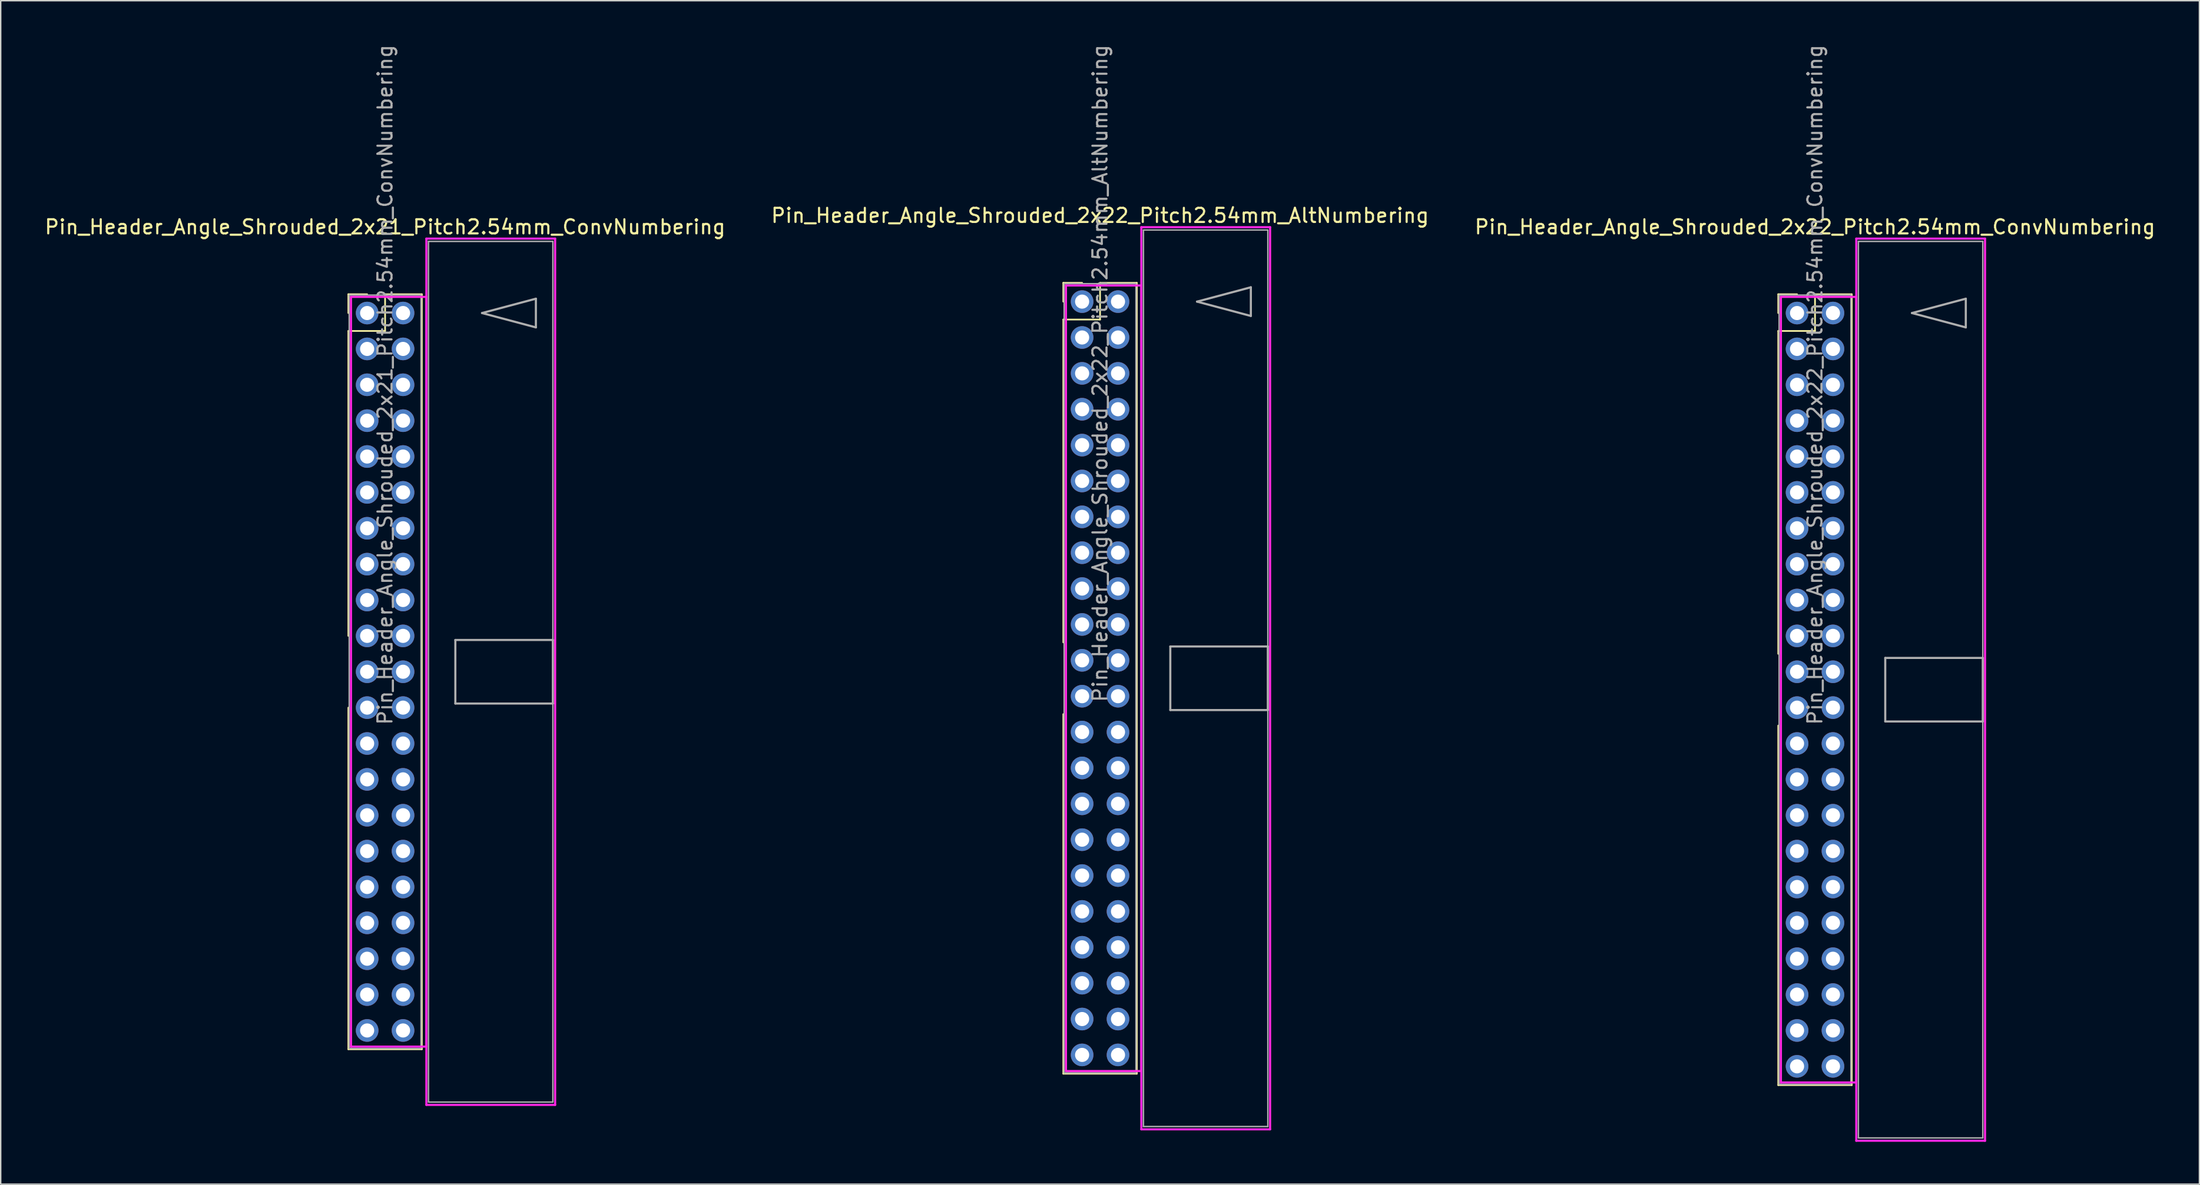
<source format=kicad_pcb>
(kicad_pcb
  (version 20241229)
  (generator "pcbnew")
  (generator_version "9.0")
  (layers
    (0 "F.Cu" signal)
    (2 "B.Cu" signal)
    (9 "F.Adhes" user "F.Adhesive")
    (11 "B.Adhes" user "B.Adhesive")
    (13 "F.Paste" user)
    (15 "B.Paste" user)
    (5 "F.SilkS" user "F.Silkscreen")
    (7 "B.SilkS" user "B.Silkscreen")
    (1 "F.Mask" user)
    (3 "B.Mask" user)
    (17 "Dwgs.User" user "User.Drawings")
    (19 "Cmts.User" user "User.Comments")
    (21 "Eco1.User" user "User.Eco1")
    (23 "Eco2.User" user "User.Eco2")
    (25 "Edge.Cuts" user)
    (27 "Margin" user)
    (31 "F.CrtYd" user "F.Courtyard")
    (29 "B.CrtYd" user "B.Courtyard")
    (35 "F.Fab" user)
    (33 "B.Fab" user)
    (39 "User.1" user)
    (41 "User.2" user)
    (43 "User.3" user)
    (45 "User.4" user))
  (footprint "Pin_Header_Angle_Shrouded_2x21_Pitch2.54mm_ConvNumbering"
    (layer "F.Cu")
    (at 22.926 19.116)
    (property "Reference" "Pin_Header_Angle_Shrouded_2x21_Pitch2.54mm_ConvNumbering" (at 1.27 -6.096 0) (layer "F.SilkS") (effects (font (size 1 1) (thickness 0.15))))
    (attr through_hole)
    (fp_line (start -1.33 -1.33) (end 0 -1.33) (stroke (width 0.12) (type solid)) (layer "F.SilkS"))
    (fp_line (start -1.33 0) (end -1.33 -1.33) (stroke (width 0.12) (type solid)) (layer "F.SilkS"))
    (fp_line (start -1.33 1.27) (end -1.33 22.86) (stroke (width 0.12) (type solid)) (layer "F.SilkS"))
    (fp_line (start -1.33 1.27) (end 1.27 1.27) (stroke (width 0.12) (type solid)) (layer "F.SilkS"))
    (fp_line (start -1.33 27.94) (end -1.33 52.13) (stroke (width 0.12) (type solid)) (layer "F.SilkS"))
    (fp_line (start -1.33 52.13) (end 3.87 52.13) (stroke (width 0.12) (type solid)) (layer "F.SilkS"))
    (fp_line (start 1.27 -1.33) (end 3.87 -1.33) (stroke (width 0.12) (type solid)) (layer "F.SilkS"))
    (fp_line (start 1.27 1.27) (end 1.27 -1.33) (stroke (width 0.12) (type solid)) (layer "F.SilkS"))
    (fp_line (start 3.87 -1.33) (end 3.87 52.13) (stroke (width 0.12) (type solid)) (layer "F.SilkS"))
    (fp_line (start -1.143 -1.143) (end -1.143 51.943) (stroke (width 0.15) (type solid)) (layer "F.CrtYd"))
    (fp_line (start -1.143 51.943) (end 4.19 51.943) (stroke (width 0.15) (type solid)) (layer "F.CrtYd"))
    (fp_line (start 4.19 -5.27) (end 4.19 56.07) (stroke (width 0.15) (type solid)) (layer "F.CrtYd"))
    (fp_line (start 4.19 -1.143) (end -1.143 -1.143) (stroke (width 0.15) (type solid)) (layer "F.CrtYd"))
    (fp_line (start 4.19 51.943) (end 4.19 -1.143) (stroke (width 0.15) (type solid)) (layer "F.CrtYd"))
    (fp_line (start 4.19 56.07) (end 13.3 56.07) (stroke (width 0.15) (type solid)) (layer "F.CrtYd"))
    (fp_line (start 13.3 -5.27) (end 4.19 -5.27) (stroke (width 0.15) (type solid)) (layer "F.CrtYd"))
    (fp_line (start 13.3 56.07) (end 13.3 -5.27) (stroke (width 0.15) (type solid)) (layer "F.CrtYd"))
    (fp_line (start -1.27 -1.27) (end -1.27 52.07) (stroke (width 0.1) (type solid)) (layer "F.Fab"))
    (fp_line (start -1.27 52.07) (end 3.81 52.07) (stroke (width 0.1) (type solid)) (layer "F.Fab"))
    (fp_line (start 3.81 -1.27) (end -1.27 -1.27) (stroke (width 0.1) (type solid)) (layer "F.Fab"))
    (fp_line (start 3.81 52.07) (end 3.81 -1.27) (stroke (width 0.1) (type solid)) (layer "F.Fab"))
    (fp_line (start 4.34 -5.07) (end 4.34 55.87) (stroke (width 0.1) (type solid)) (layer "F.Fab"))
    (fp_line (start 4.34 55.87) (end 13.14 55.87) (stroke (width 0.1) (type solid)) (layer "F.Fab"))
    (fp_line (start 6.24 23.15) (end 6.24 27.65) (stroke (width 0.15) (type solid)) (layer "F.Fab"))
    (fp_line (start 6.24 27.65) (end 13.14 27.65) (stroke (width 0.15) (type solid)) (layer "F.Fab"))
    (fp_line (start 8.128 0) (end 11.938 -1.016) (stroke (width 0.15) (type solid)) (layer "F.Fab"))
    (fp_line (start 11.938 -1.016) (end 11.938 1.016) (stroke (width 0.15) (type solid)) (layer "F.Fab"))
    (fp_line (start 11.938 1.016) (end 8.128 0) (stroke (width 0.15) (type solid)) (layer "F.Fab"))
    (fp_line (start 13.14 -5.07) (end 4.34 -5.07) (stroke (width 0.1) (type solid)) (layer "F.Fab"))
    (fp_line (start 13.14 23.15) (end 6.24 23.15) (stroke (width 0.15) (type solid)) (layer "F.Fab"))
    (fp_line (start 13.14 27.65) (end 13.14 23.15) (stroke (width 0.15) (type solid)) (layer "F.Fab"))
    (fp_line (start 13.14 55.87) (end 13.14 -5.07) (stroke (width 0.1) (type solid)) (layer "F.Fab"))
    (fp_text user "${REFERENCE}" (at 1.27 5.08 90) (layer "F.Fab") (effects (font (size 1 1) (thickness 0.15))))
    (pad "1" thru_hole oval (at 0 0) (size 1.6 1.6) (drill 1) (layers "*.Cu" "*.Mask"))
    (pad "2" thru_hole oval (at 2.54 0) (size 1.6 1.6) (drill 1) (layers "*.Cu" "*.Mask"))
    (pad "3" thru_hole oval (at 0 2.54) (size 1.6 1.6) (drill 1) (layers "*.Cu" "*.Mask"))
    (pad "4" thru_hole oval (at 2.54 2.54) (size 1.6 1.6) (drill 1) (layers "*.Cu" "*.Mask"))
    (pad "5" thru_hole oval (at 0 5.08) (size 1.6 1.6) (drill 1) (layers "*.Cu" "*.Mask"))
    (pad "6" thru_hole oval (at 2.54 5.08) (size 1.6 1.6) (drill 1) (layers "*.Cu" "*.Mask"))
    (pad "7" thru_hole oval (at 0 7.62) (size 1.6 1.6) (drill 1) (layers "*.Cu" "*.Mask"))
    (pad "8" thru_hole oval (at 2.54 7.62) (size 1.6 1.6) (drill 1) (layers "*.Cu" "*.Mask"))
    (pad "9" thru_hole oval (at 0 10.16) (size 1.6 1.6) (drill 1) (layers "*.Cu" "*.Mask"))
    (pad "10" thru_hole oval (at 2.54 10.16) (size 1.6 1.6) (drill 1) (layers "*.Cu" "*.Mask"))
    (pad "11" thru_hole oval (at 0 12.7) (size 1.6 1.6) (drill 1) (layers "*.Cu" "*.Mask"))
    (pad "12" thru_hole oval (at 2.54 12.7) (size 1.6 1.6) (drill 1) (layers "*.Cu" "*.Mask"))
    (pad "13" thru_hole oval (at 0 15.24) (size 1.6 1.6) (drill 1) (layers "*.Cu" "*.Mask"))
    (pad "14" thru_hole oval (at 2.54 15.24) (size 1.6 1.6) (drill 1) (layers "*.Cu" "*.Mask"))
    (pad "15" thru_hole oval (at 0 17.78) (size 1.6 1.6) (drill 1) (layers "*.Cu" "*.Mask"))
    (pad "16" thru_hole oval (at 2.54 17.78) (size 1.6 1.6) (drill 1) (layers "*.Cu" "*.Mask"))
    (pad "17" thru_hole oval (at 0 20.32) (size 1.6 1.6) (drill 1) (layers "*.Cu" "*.Mask"))
    (pad "18" thru_hole oval (at 2.54 20.32) (size 1.6 1.6) (drill 1) (layers "*.Cu" "*.Mask"))
    (pad "19" thru_hole oval (at 0 22.86) (size 1.6 1.6) (drill 1) (layers "*.Cu" "*.Mask"))
    (pad "20" thru_hole oval (at 2.54 22.86) (size 1.6 1.6) (drill 1) (layers "*.Cu" "*.Mask"))
    (pad "21" thru_hole oval (at 0 25.4) (size 1.6 1.6) (drill 1) (layers "*.Cu" "*.Mask"))
    (pad "22" thru_hole oval (at 2.54 25.4) (size 1.6 1.6) (drill 1) (layers "*.Cu" "*.Mask"))
    (pad "23" thru_hole oval (at 0 27.94) (size 1.6 1.6) (drill 1) (layers "*.Cu" "*.Mask"))
    (pad "24" thru_hole oval (at 2.54 27.94) (size 1.6 1.6) (drill 1) (layers "*.Cu" "*.Mask"))
    (pad "25" thru_hole oval (at 0 30.48) (size 1.6 1.6) (drill 1) (layers "*.Cu" "*.Mask"))
    (pad "26" thru_hole oval (at 2.54 30.48) (size 1.6 1.6) (drill 1) (layers "*.Cu" "*.Mask"))
    (pad "27" thru_hole oval (at 0 33.02) (size 1.6 1.6) (drill 1) (layers "*.Cu" "*.Mask"))
    (pad "28" thru_hole oval (at 2.54 33.02) (size 1.6 1.6) (drill 1) (layers "*.Cu" "*.Mask"))
    (pad "29" thru_hole oval (at 0 35.56) (size 1.6 1.6) (drill 1) (layers "*.Cu" "*.Mask"))
    (pad "30" thru_hole oval (at 2.54 35.56) (size 1.6 1.6) (drill 1) (layers "*.Cu" "*.Mask"))
    (pad "31" thru_hole oval (at 0 38.1) (size 1.6 1.6) (drill 1) (layers "*.Cu" "*.Mask"))
    (pad "32" thru_hole oval (at 2.54 38.1) (size 1.6 1.6) (drill 1) (layers "*.Cu" "*.Mask"))
    (pad "33" thru_hole oval (at 0 40.64) (size 1.6 1.6) (drill 1) (layers "*.Cu" "*.Mask"))
    (pad "34" thru_hole oval (at 2.54 40.64) (size 1.6 1.6) (drill 1) (layers "*.Cu" "*.Mask"))
    (pad "35" thru_hole oval (at 0 43.18) (size 1.6 1.6) (drill 1) (layers "*.Cu" "*.Mask"))
    (pad "36" thru_hole oval (at 2.54 43.18) (size 1.6 1.6) (drill 1) (layers "*.Cu" "*.Mask"))
    (pad "37" thru_hole oval (at 0 45.72) (size 1.6 1.6) (drill 1) (layers "*.Cu" "*.Mask"))
    (pad "38" thru_hole oval (at 2.54 45.72) (size 1.6 1.6) (drill 1) (layers "*.Cu" "*.Mask"))
    (pad "39" thru_hole oval (at 0 48.26) (size 1.6 1.6) (drill 1) (layers "*.Cu" "*.Mask"))
    (pad "40" thru_hole oval (at 2.54 48.26) (size 1.6 1.6) (drill 1) (layers "*.Cu" "*.Mask"))
    (pad "41" thru_hole oval (at 0 50.8) (size 1.6 1.6) (drill 1) (layers "*.Cu" "*.Mask"))
    (pad "42" thru_hole oval (at 2.54 50.8) (size 1.6 1.6) (drill 1) (layers "*.Cu" "*.Mask")))
  (footprint "Pin_Header_Angle_Shrouded_2x22_Pitch2.54mm_ConvNumbering"
    (layer "F.Cu")
    (at 124.093 19.116)
    (property "Reference" "Pin_Header_Angle_Shrouded_2x22_Pitch2.54mm_ConvNumbering" (at 1.27 -6.096 0) (layer "F.SilkS") (effects (font (size 1 1) (thickness 0.15))))
    (attr through_hole)
    (fp_line (start -1.33 -1.33) (end 0 -1.33) (stroke (width 0.12) (type solid)) (layer "F.SilkS"))
    (fp_line (start -1.33 0) (end -1.33 -1.33) (stroke (width 0.12) (type solid)) (layer "F.SilkS"))
    (fp_line (start -1.33 1.27) (end -1.33 24.13) (stroke (width 0.12) (type solid)) (layer "F.SilkS"))
    (fp_line (start -1.33 1.27) (end 1.27 1.27) (stroke (width 0.12) (type solid)) (layer "F.SilkS"))
    (fp_line (start -1.33 29.21) (end -1.33 54.67) (stroke (width 0.12) (type solid)) (layer "F.SilkS"))
    (fp_line (start -1.33 54.67) (end 3.87 54.67) (stroke (width 0.12) (type solid)) (layer "F.SilkS"))
    (fp_line (start 1.27 -1.33) (end 3.87 -1.33) (stroke (width 0.12) (type solid)) (layer "F.SilkS"))
    (fp_line (start 1.27 1.27) (end 1.27 -1.33) (stroke (width 0.12) (type solid)) (layer "F.SilkS"))
    (fp_line (start 3.87 -1.33) (end 3.87 54.67) (stroke (width 0.12) (type solid)) (layer "F.SilkS"))
    (fp_line (start -1.143 -1.143) (end -1.143 54.483) (stroke (width 0.15) (type solid)) (layer "F.CrtYd"))
    (fp_line (start -1.143 54.483) (end 4.19 54.483) (stroke (width 0.15) (type solid)) (layer "F.CrtYd"))
    (fp_line (start 4.19 -5.27) (end 4.19 58.61) (stroke (width 0.15) (type solid)) (layer "F.CrtYd"))
    (fp_line (start 4.19 -1.143) (end -1.143 -1.143) (stroke (width 0.15) (type solid)) (layer "F.CrtYd"))
    (fp_line (start 4.19 54.483) (end 4.19 -1.143) (stroke (width 0.15) (type solid)) (layer "F.CrtYd"))
    (fp_line (start 4.19 58.61) (end 13.3 58.61) (stroke (width 0.15) (type solid)) (layer "F.CrtYd"))
    (fp_line (start 13.3 -5.27) (end 4.19 -5.27) (stroke (width 0.15) (type solid)) (layer "F.CrtYd"))
    (fp_line (start 13.3 58.61) (end 13.3 -5.27) (stroke (width 0.15) (type solid)) (layer "F.CrtYd"))
    (fp_line (start -1.27 -1.27) (end -1.27 54.61) (stroke (width 0.1) (type solid)) (layer "F.Fab"))
    (fp_line (start -1.27 54.61) (end 3.81 54.61) (stroke (width 0.1) (type solid)) (layer "F.Fab"))
    (fp_line (start 3.81 -1.27) (end -1.27 -1.27) (stroke (width 0.1) (type solid)) (layer "F.Fab"))
    (fp_line (start 3.81 54.61) (end 3.81 -1.27) (stroke (width 0.1) (type solid)) (layer "F.Fab"))
    (fp_line (start 4.34 -5.07) (end 4.34 58.41) (stroke (width 0.1) (type solid)) (layer "F.Fab"))
    (fp_line (start 4.34 58.41) (end 13.14 58.41) (stroke (width 0.1) (type solid)) (layer "F.Fab"))
    (fp_line (start 6.24 24.42) (end 6.24 28.92) (stroke (width 0.15) (type solid)) (layer "F.Fab"))
    (fp_line (start 6.24 28.92) (end 13.14 28.92) (stroke (width 0.15) (type solid)) (layer "F.Fab"))
    (fp_line (start 8.128 0) (end 11.938 -1.016) (stroke (width 0.15) (type solid)) (layer "F.Fab"))
    (fp_line (start 11.938 -1.016) (end 11.938 1.016) (stroke (width 0.15) (type solid)) (layer "F.Fab"))
    (fp_line (start 11.938 1.016) (end 8.128 0) (stroke (width 0.15) (type solid)) (layer "F.Fab"))
    (fp_line (start 13.14 -5.07) (end 4.34 -5.07) (stroke (width 0.1) (type solid)) (layer "F.Fab"))
    (fp_line (start 13.14 24.42) (end 6.24 24.42) (stroke (width 0.15) (type solid)) (layer "F.Fab"))
    (fp_line (start 13.14 28.92) (end 13.14 24.42) (stroke (width 0.15) (type solid)) (layer "F.Fab"))
    (fp_line (start 13.14 58.41) (end 13.14 -5.07) (stroke (width 0.1) (type solid)) (layer "F.Fab"))
    (fp_text user "${REFERENCE}" (at 1.27 5.08 90) (layer "F.Fab") (effects (font (size 1 1) (thickness 0.15))))
    (pad "1" thru_hole oval (at 0 0) (size 1.6 1.6) (drill 1) (layers "*.Cu" "*.Mask"))
    (pad "2" thru_hole oval (at 2.54 0) (size 1.6 1.6) (drill 1) (layers "*.Cu" "*.Mask"))
    (pad "3" thru_hole oval (at 0 2.54) (size 1.6 1.6) (drill 1) (layers "*.Cu" "*.Mask"))
    (pad "4" thru_hole oval (at 2.54 2.54) (size 1.6 1.6) (drill 1) (layers "*.Cu" "*.Mask"))
    (pad "5" thru_hole oval (at 0 5.08) (size 1.6 1.6) (drill 1) (layers "*.Cu" "*.Mask"))
    (pad "6" thru_hole oval (at 2.54 5.08) (size 1.6 1.6) (drill 1) (layers "*.Cu" "*.Mask"))
    (pad "7" thru_hole oval (at 0 7.62) (size 1.6 1.6) (drill 1) (layers "*.Cu" "*.Mask"))
    (pad "8" thru_hole oval (at 2.54 7.62) (size 1.6 1.6) (drill 1) (layers "*.Cu" "*.Mask"))
    (pad "9" thru_hole oval (at 0 10.16) (size 1.6 1.6) (drill 1) (layers "*.Cu" "*.Mask"))
    (pad "10" thru_hole oval (at 2.54 10.16) (size 1.6 1.6) (drill 1) (layers "*.Cu" "*.Mask"))
    (pad "11" thru_hole oval (at 0 12.7) (size 1.6 1.6) (drill 1) (layers "*.Cu" "*.Mask"))
    (pad "12" thru_hole oval (at 2.54 12.7) (size 1.6 1.6) (drill 1) (layers "*.Cu" "*.Mask"))
    (pad "13" thru_hole oval (at 0 15.24) (size 1.6 1.6) (drill 1) (layers "*.Cu" "*.Mask"))
    (pad "14" thru_hole oval (at 2.54 15.24) (size 1.6 1.6) (drill 1) (layers "*.Cu" "*.Mask"))
    (pad "15" thru_hole oval (at 0 17.78) (size 1.6 1.6) (drill 1) (layers "*.Cu" "*.Mask"))
    (pad "16" thru_hole oval (at 2.54 17.78) (size 1.6 1.6) (drill 1) (layers "*.Cu" "*.Mask"))
    (pad "17" thru_hole oval (at 0 20.32) (size 1.6 1.6) (drill 1) (layers "*.Cu" "*.Mask"))
    (pad "18" thru_hole oval (at 2.54 20.32) (size 1.6 1.6) (drill 1) (layers "*.Cu" "*.Mask"))
    (pad "19" thru_hole oval (at 0 22.86) (size 1.6 1.6) (drill 1) (layers "*.Cu" "*.Mask"))
    (pad "20" thru_hole oval (at 2.54 22.86) (size 1.6 1.6) (drill 1) (layers "*.Cu" "*.Mask"))
    (pad "21" thru_hole oval (at 0 25.4) (size 1.6 1.6) (drill 1) (layers "*.Cu" "*.Mask"))
    (pad "22" thru_hole oval (at 2.54 25.4) (size 1.6 1.6) (drill 1) (layers "*.Cu" "*.Mask"))
    (pad "23" thru_hole oval (at 0 27.94) (size 1.6 1.6) (drill 1) (layers "*.Cu" "*.Mask"))
    (pad "24" thru_hole oval (at 2.54 27.94) (size 1.6 1.6) (drill 1) (layers "*.Cu" "*.Mask"))
    (pad "25" thru_hole oval (at 0 30.48) (size 1.6 1.6) (drill 1) (layers "*.Cu" "*.Mask"))
    (pad "26" thru_hole oval (at 2.54 30.48) (size 1.6 1.6) (drill 1) (layers "*.Cu" "*.Mask"))
    (pad "27" thru_hole oval (at 0 33.02) (size 1.6 1.6) (drill 1) (layers "*.Cu" "*.Mask"))
    (pad "28" thru_hole oval (at 2.54 33.02) (size 1.6 1.6) (drill 1) (layers "*.Cu" "*.Mask"))
    (pad "29" thru_hole oval (at 0 35.56) (size 1.6 1.6) (drill 1) (layers "*.Cu" "*.Mask"))
    (pad "30" thru_hole oval (at 2.54 35.56) (size 1.6 1.6) (drill 1) (layers "*.Cu" "*.Mask"))
    (pad "31" thru_hole oval (at 0 38.1) (size 1.6 1.6) (drill 1) (layers "*.Cu" "*.Mask"))
    (pad "32" thru_hole oval (at 2.54 38.1) (size 1.6 1.6) (drill 1) (layers "*.Cu" "*.Mask"))
    (pad "33" thru_hole oval (at 0 40.64) (size 1.6 1.6) (drill 1) (layers "*.Cu" "*.Mask"))
    (pad "34" thru_hole oval (at 2.54 40.64) (size 1.6 1.6) (drill 1) (layers "*.Cu" "*.Mask"))
    (pad "35" thru_hole oval (at 0 43.18) (size 1.6 1.6) (drill 1) (layers "*.Cu" "*.Mask"))
    (pad "36" thru_hole oval (at 2.54 43.18) (size 1.6 1.6) (drill 1) (layers "*.Cu" "*.Mask"))
    (pad "37" thru_hole oval (at 0 45.72) (size 1.6 1.6) (drill 1) (layers "*.Cu" "*.Mask"))
    (pad "38" thru_hole oval (at 2.54 45.72) (size 1.6 1.6) (drill 1) (layers "*.Cu" "*.Mask"))
    (pad "39" thru_hole oval (at 0 48.26) (size 1.6 1.6) (drill 1) (layers "*.Cu" "*.Mask"))
    (pad "40" thru_hole oval (at 2.54 48.26) (size 1.6 1.6) (drill 1) (layers "*.Cu" "*.Mask"))
    (pad "41" thru_hole oval (at 0 50.8) (size 1.6 1.6) (drill 1) (layers "*.Cu" "*.Mask"))
    (pad "42" thru_hole oval (at 2.54 50.8) (size 1.6 1.6) (drill 1) (layers "*.Cu" "*.Mask"))
    (pad "43" thru_hole oval (at 0 53.34) (size 1.6 1.6) (drill 1) (layers "*.Cu" "*.Mask"))
    (pad "44" thru_hole oval (at 2.54 53.34) (size 1.6 1.6) (drill 1) (layers "*.Cu" "*.Mask")))
  (footprint "Pin_Header_Angle_Shrouded_2x22_Pitch2.54mm_AltNumbering"
    (layer "F.Cu")
    (at 73.51 18.307)
    (property "Reference" "Pin_Header_Angle_Shrouded_2x22_Pitch2.54mm_AltNumbering" (at 1.27 -6.096 0) (layer "F.SilkS") (effects (font (size 1 1) (thickness 0.15))))
    (attr through_hole)
    (fp_line (start -1.33 -1.33) (end 0 -1.33) (stroke (width 0.12) (type solid)) (layer "F.SilkS"))
    (fp_line (start -1.33 0) (end -1.33 -1.33) (stroke (width 0.12) (type solid)) (layer "F.SilkS"))
    (fp_line (start -1.33 1.27) (end -1.33 24.13) (stroke (width 0.12) (type solid)) (layer "F.SilkS"))
    (fp_line (start -1.33 1.27) (end 1.27 1.27) (stroke (width 0.12) (type solid)) (layer "F.SilkS"))
    (fp_line (start -1.33 29.21) (end -1.33 54.67) (stroke (width 0.12) (type solid)) (layer "F.SilkS"))
    (fp_line (start -1.33 54.67) (end 3.87 54.67) (stroke (width 0.12) (type solid)) (layer "F.SilkS"))
    (fp_line (start 1.27 -1.33) (end 3.87 -1.33) (stroke (width 0.12) (type solid)) (layer "F.SilkS"))
    (fp_line (start 1.27 1.27) (end 1.27 -1.33) (stroke (width 0.12) (type solid)) (layer "F.SilkS"))
    (fp_line (start 3.87 -1.33) (end 3.87 54.67) (stroke (width 0.12) (type solid)) (layer "F.SilkS"))
    (fp_line (start -1.143 -1.143) (end -1.143 54.483) (stroke (width 0.15) (type solid)) (layer "F.CrtYd"))
    (fp_line (start -1.143 54.483) (end 4.19 54.483) (stroke (width 0.15) (type solid)) (layer "F.CrtYd"))
    (fp_line (start 4.19 -5.27) (end 4.19 58.61) (stroke (width 0.15) (type solid)) (layer "F.CrtYd"))
    (fp_line (start 4.19 -1.143) (end -1.143 -1.143) (stroke (width 0.15) (type solid)) (layer "F.CrtYd"))
    (fp_line (start 4.19 54.483) (end 4.19 -1.143) (stroke (width 0.15) (type solid)) (layer "F.CrtYd"))
    (fp_line (start 4.19 58.61) (end 13.3 58.61) (stroke (width 0.15) (type solid)) (layer "F.CrtYd"))
    (fp_line (start 13.3 -5.27) (end 4.19 -5.27) (stroke (width 0.15) (type solid)) (layer "F.CrtYd"))
    (fp_line (start 13.3 58.61) (end 13.3 -5.27) (stroke (width 0.15) (type solid)) (layer "F.CrtYd"))
    (fp_line (start -1.27 -1.27) (end -1.27 54.61) (stroke (width 0.1) (type solid)) (layer "F.Fab"))
    (fp_line (start -1.27 54.61) (end 3.81 54.61) (stroke (width 0.1) (type solid)) (layer "F.Fab"))
    (fp_line (start 3.81 -1.27) (end -1.27 -1.27) (stroke (width 0.1) (type solid)) (layer "F.Fab"))
    (fp_line (start 3.81 54.61) (end 3.81 -1.27) (stroke (width 0.1) (type solid)) (layer "F.Fab"))
    (fp_line (start 4.34 -5.07) (end 4.34 58.41) (stroke (width 0.1) (type solid)) (layer "F.Fab"))
    (fp_line (start 4.34 58.41) (end 13.14 58.41) (stroke (width 0.1) (type solid)) (layer "F.Fab"))
    (fp_line (start 6.24 24.42) (end 6.24 28.92) (stroke (width 0.15) (type solid)) (layer "F.Fab"))
    (fp_line (start 6.24 28.92) (end 13.14 28.92) (stroke (width 0.15) (type solid)) (layer "F.Fab"))
    (fp_line (start 8.128 0) (end 11.938 -1.016) (stroke (width 0.15) (type solid)) (layer "F.Fab"))
    (fp_line (start 11.938 -1.016) (end 11.938 1.016) (stroke (width 0.15) (type solid)) (layer "F.Fab"))
    (fp_line (start 11.938 1.016) (end 8.128 0) (stroke (width 0.15) (type solid)) (layer "F.Fab"))
    (fp_line (start 13.14 -5.07) (end 4.34 -5.07) (stroke (width 0.1) (type solid)) (layer "F.Fab"))
    (fp_line (start 13.14 24.42) (end 6.24 24.42) (stroke (width 0.15) (type solid)) (layer "F.Fab"))
    (fp_line (start 13.14 28.92) (end 13.14 24.42) (stroke (width 0.15) (type solid)) (layer "F.Fab"))
    (fp_line (start 13.14 58.41) (end 13.14 -5.07) (stroke (width 0.1) (type solid)) (layer "F.Fab"))
    (fp_text user "${REFERENCE}" (at 1.27 5.08 90) (layer "F.Fab") (effects (font (size 1 1) (thickness 0.15))))
    (pad "1" thru_hole oval (at 0 0) (size 1.6 1.6) (drill 1) (layers "*.Cu" "*.Mask"))
    (pad "2" thru_hole oval (at 0 2.54) (size 1.6 1.6) (drill 1) (layers "*.Cu" "*.Mask"))
    (pad "3" thru_hole oval (at 0 5.08) (size 1.6 1.6) (drill 1) (layers "*.Cu" "*.Mask"))
    (pad "4" thru_hole oval (at 0 7.62) (size 1.6 1.6) (drill 1) (layers "*.Cu" "*.Mask"))
    (pad "5" thru_hole oval (at 0 10.16) (size 1.6 1.6) (drill 1) (layers "*.Cu" "*.Mask"))
    (pad "6" thru_hole oval (at 0 12.7) (size 1.6 1.6) (drill 1) (layers "*.Cu" "*.Mask"))
    (pad "7" thru_hole oval (at 0 15.24) (size 1.6 1.6) (drill 1) (layers "*.Cu" "*.Mask"))
    (pad "8" thru_hole oval (at 0 17.78) (size 1.6 1.6) (drill 1) (layers "*.Cu" "*.Mask"))
    (pad "9" thru_hole oval (at 0 20.32) (size 1.6 1.6) (drill 1) (layers "*.Cu" "*.Mask"))
    (pad "10" thru_hole oval (at 0 22.86) (size 1.6 1.6) (drill 1) (layers "*.Cu" "*.Mask"))
    (pad "11" thru_hole oval (at 0 25.4) (size 1.6 1.6) (drill 1) (layers "*.Cu" "*.Mask"))
    (pad "12" thru_hole oval (at 0 27.94) (size 1.6 1.6) (drill 1) (layers "*.Cu" "*.Mask"))
    (pad "13" thru_hole oval (at 0 30.48) (size 1.6 1.6) (drill 1) (layers "*.Cu" "*.Mask"))
    (pad "14" thru_hole oval (at 0 33.02) (size 1.6 1.6) (drill 1) (layers "*.Cu" "*.Mask"))
    (pad "15" thru_hole oval (at 0 35.56) (size 1.6 1.6) (drill 1) (layers "*.Cu" "*.Mask"))
    (pad "16" thru_hole oval (at 0 38.1) (size 1.6 1.6) (drill 1) (layers "*.Cu" "*.Mask"))
    (pad "17" thru_hole oval (at 0 40.64) (size 1.6 1.6) (drill 1) (layers "*.Cu" "*.Mask"))
    (pad "18" thru_hole oval (at 0 43.18) (size 1.6 1.6) (drill 1) (layers "*.Cu" "*.Mask"))
    (pad "19" thru_hole oval (at 0 45.72) (size 1.6 1.6) (drill 1) (layers "*.Cu" "*.Mask"))
    (pad "20" thru_hole oval (at 0 48.26) (size 1.6 1.6) (drill 1) (layers "*.Cu" "*.Mask"))
    (pad "21" thru_hole oval (at 0 50.8) (size 1.6 1.6) (drill 1) (layers "*.Cu" "*.Mask"))
    (pad "22" thru_hole oval (at 0 53.34) (size 1.6 1.6) (drill 1) (layers "*.Cu" "*.Mask"))
    (pad "23" thru_hole oval (at 2.54 0) (size 1.6 1.6) (drill 1) (layers "*.Cu" "*.Mask"))
    (pad "24" thru_hole oval (at 2.54 2.54) (size 1.6 1.6) (drill 1) (layers "*.Cu" "*.Mask"))
    (pad "25" thru_hole oval (at 2.54 5.08) (size 1.6 1.6) (drill 1) (layers "*.Cu" "*.Mask"))
    (pad "26" thru_hole oval (at 2.54 7.62) (size 1.6 1.6) (drill 1) (layers "*.Cu" "*.Mask"))
    (pad "27" thru_hole oval (at 2.54 10.16) (size 1.6 1.6) (drill 1) (layers "*.Cu" "*.Mask"))
    (pad "28" thru_hole oval (at 2.54 12.7) (size 1.6 1.6) (drill 1) (layers "*.Cu" "*.Mask"))
    (pad "29" thru_hole oval (at 2.54 15.24) (size 1.6 1.6) (drill 1) (layers "*.Cu" "*.Mask"))
    (pad "30" thru_hole oval (at 2.54 17.78) (size 1.6 1.6) (drill 1) (layers "*.Cu" "*.Mask"))
    (pad "31" thru_hole oval (at 2.54 20.32) (size 1.6 1.6) (drill 1) (layers "*.Cu" "*.Mask"))
    (pad "32" thru_hole oval (at 2.54 22.86) (size 1.6 1.6) (drill 1) (layers "*.Cu" "*.Mask"))
    (pad "33" thru_hole oval (at 2.54 25.4) (size 1.6 1.6) (drill 1) (layers "*.Cu" "*.Mask"))
    (pad "34" thru_hole oval (at 2.54 27.94) (size 1.6 1.6) (drill 1) (layers "*.Cu" "*.Mask"))
    (pad "35" thru_hole oval (at 2.54 30.48) (size 1.6 1.6) (drill 1) (layers "*.Cu" "*.Mask"))
    (pad "36" thru_hole oval (at 2.54 33.02) (size 1.6 1.6) (drill 1) (layers "*.Cu" "*.Mask"))
    (pad "37" thru_hole oval (at 2.54 35.56) (size 1.6 1.6) (drill 1) (layers "*.Cu" "*.Mask"))
    (pad "38" thru_hole oval (at 2.54 38.1) (size 1.6 1.6) (drill 1) (layers "*.Cu" "*.Mask"))
    (pad "39" thru_hole oval (at 2.54 40.64) (size 1.6 1.6) (drill 1) (layers "*.Cu" "*.Mask"))
    (pad "40" thru_hole oval (at 2.54 43.18) (size 1.6 1.6) (drill 1) (layers "*.Cu" "*.Mask"))
    (pad "41" thru_hole oval (at 2.54 45.72) (size 1.6 1.6) (drill 1) (layers "*.Cu" "*.Mask"))
    (pad "42" thru_hole oval (at 2.54 48.26) (size 1.6 1.6) (drill 1) (layers "*.Cu" "*.Mask"))
    (pad "43" thru_hole oval (at 2.54 50.8) (size 1.6 1.6) (drill 1) (layers "*.Cu" "*.Mask"))
    (pad "44" thru_hole oval (at 2.54 53.34) (size 1.6 1.6) (drill 1) (layers "*.Cu" "*.Mask")))
  (gr_rect
    (start -3 -3)
    (end 152.56 80.801)
    (stroke (width 0.1) (type default))
    (fill no)
    (layer "Edge.Cuts")))
</source>
